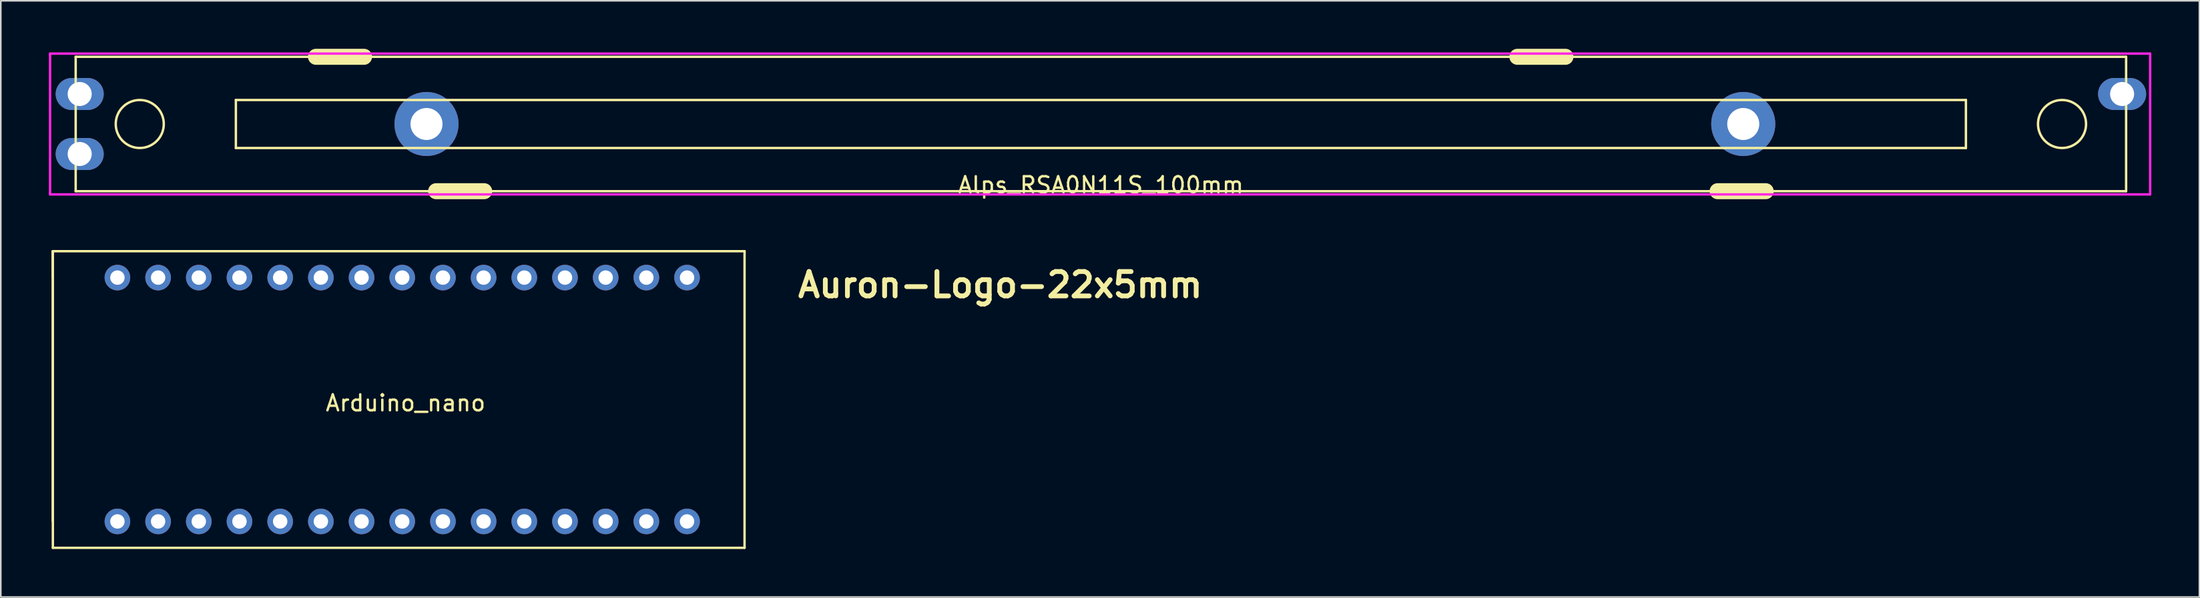
<source format=kicad_pcb>
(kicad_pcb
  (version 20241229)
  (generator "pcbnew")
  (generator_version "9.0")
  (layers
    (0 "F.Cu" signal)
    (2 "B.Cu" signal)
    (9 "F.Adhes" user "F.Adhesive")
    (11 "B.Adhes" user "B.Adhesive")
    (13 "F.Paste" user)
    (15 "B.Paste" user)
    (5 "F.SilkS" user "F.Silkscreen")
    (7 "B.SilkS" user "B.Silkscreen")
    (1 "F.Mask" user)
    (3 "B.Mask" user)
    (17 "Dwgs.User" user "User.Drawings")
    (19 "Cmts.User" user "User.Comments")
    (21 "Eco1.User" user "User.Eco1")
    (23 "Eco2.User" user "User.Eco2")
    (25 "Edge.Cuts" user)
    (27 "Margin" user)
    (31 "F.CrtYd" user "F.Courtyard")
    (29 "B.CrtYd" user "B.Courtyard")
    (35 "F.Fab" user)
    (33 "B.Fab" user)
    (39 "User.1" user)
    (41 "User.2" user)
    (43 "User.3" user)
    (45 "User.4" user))
  (footprint "Auron-Logo-22x5mm"
    (layer "F.Cu")
    (at 59.394 14.755)
    (property "Reference" "Auron-Logo-22x5mm" (at 0 0 0) (layer "F.SilkS") (effects (font (size 1.524 1.524) (thickness 0.3))))
    (attr through_hole)
    (fp_poly (pts (xy 11.282 2.349) (xy -11.261 2.349) (xy -11.261 -2.223) (xy -11.134 -2.223) (xy -11.134 2.223) (xy 11.155 2.223) (xy 11.155 -2.223) (xy -11.134 -2.223) (xy -11.261 -2.223) (xy -11.261 -2.349) (xy 11.282 -2.349) (xy 11.282 2.349)) (stroke (width 0.01) (type solid)) (fill no) (layer "Eco2.User"))
    (fp_poly (pts (xy 9.711 -0.101) (xy 9.71 0.183) (xy 9.708 0.428) (xy 9.707 0.637) (xy 9.706 0.812) (xy 9.704 0.957) (xy 9.702 1.076) (xy 9.699 1.17) (xy 9.696 1.244) (xy 9.692 1.301) (xy 9.687 1.342) (xy 9.682 1.372) (xy 9.676 1.394) (xy 9.669 1.41) (xy 9.668 1.413) (xy 9.604 1.489) (xy 9.519 1.533) (xy 9.421 1.542) (xy 9.318 1.514) (xy 9.297 1.503) (xy 9.269 1.482) (xy 9.213 1.433) (xy 9.133 1.359) (xy 9.03 1.264) (xy 8.908 1.148) (xy 8.769 1.015) (xy 8.615 0.867) (xy 8.449 0.707) (xy 8.274 0.536) (xy 8.128 0.394) (xy 7.038 -0.673) (xy 7.027 1.545) (xy 6.519 1.545) (xy 6.519 0.116) (xy 6.519 -0.176) (xy 6.519 -0.428) (xy 6.52 -0.645) (xy 6.521 -0.827) (xy 6.523 -0.98) (xy 6.527 -1.105) (xy 6.531 -1.206) (xy 6.537 -1.286) (xy 6.546 -1.347) (xy 6.556 -1.393) (xy 6.568 -1.427) (xy 6.583 -1.452) (xy 6.601 -1.47) (xy 6.623 -1.485) (xy 6.647 -1.5) (xy 6.65 -1.502) (xy 6.747 -1.539) (xy 6.847 -1.538) (xy 6.932 -1.505) (xy 6.957 -1.484) (xy 7.01 -1.435) (xy 7.088 -1.362) (xy 7.188 -1.266) (xy 7.308 -1.15) (xy 7.445 -1.017) (xy 7.598 -0.869) (xy 7.762 -0.708) (xy 7.936 -0.537) (xy 8.086 -0.39) (xy 9.176 0.685) (xy 9.181 -0.43) (xy 9.187 -1.545) (xy 9.717 -1.545) (xy 9.711 -0.101)) (stroke (width 0.01) (type solid)) (fill no) (layer "Eco2.User"))
    (fp_poly (pts (xy -7.574 -1.587) (xy -7.515 -1.581) (xy -7.464 -1.555) (xy -7.41 -1.508) (xy -7.382 -1.474) (xy -7.335 -1.404) (xy -7.267 -1.301) (xy -7.181 -1.164) (xy -7.077 -0.996) (xy -6.955 -0.798) (xy -6.816 -0.57) (xy -6.662 -0.315) (xy -6.493 -0.033) (xy -6.438 0.058) (xy -5.548 1.545) (xy -6.198 1.545) (xy -6.427 1.154) (xy -6.657 0.763) (xy -7.384 0.762) (xy -7.554 0.762) (xy -7.71 0.76) (xy -7.846 0.758) (xy -7.958 0.755) (xy -8.041 0.752) (xy -8.091 0.748) (xy -8.103 0.745) (xy -8.091 0.721) (xy -8.061 0.668) (xy -8.02 0.595) (xy -7.98 0.523) (xy -7.864 0.318) (xy -6.926 0.307) (xy -7.257 -0.248) (xy -7.34 -0.386) (xy -7.416 -0.512) (xy -7.482 -0.62) (xy -7.536 -0.708) (xy -7.576 -0.769) (xy -7.597 -0.801) (xy -7.6 -0.804) (xy -7.613 -0.786) (xy -7.645 -0.735) (xy -7.695 -0.654) (xy -7.761 -0.545) (xy -7.841 -0.412) (xy -7.934 -0.257) (xy -8.037 -0.084) (xy -8.148 0.103) (xy -8.267 0.303) (xy -8.306 0.37) (xy -9 1.545) (xy -9.611 1.545) (xy -9.579 1.487) (xy -9.564 1.46) (xy -9.528 1.4) (xy -9.474 1.309) (xy -9.403 1.19) (xy -9.318 1.046) (xy -9.219 0.881) (xy -9.108 0.696) (xy -8.988 0.495) (xy -8.859 0.28) (xy -8.724 0.055) (xy -8.672 -0.032) (xy -8.508 -0.305) (xy -8.365 -0.544) (xy -8.24 -0.752) (xy -8.132 -0.93) (xy -8.039 -1.08) (xy -7.96 -1.206) (xy -7.893 -1.309) (xy -7.837 -1.392) (xy -7.79 -1.456) (xy -7.75 -1.505) (xy -7.716 -1.539) (xy -7.686 -1.563) (xy -7.659 -1.577) (xy -7.633 -1.584) (xy -7.606 -1.587) (xy -7.577 -1.588) (xy -7.574 -1.587)) (stroke (width 0.01) (type solid)) (fill no) (layer "Eco2.User"))
    (fp_poly (pts (xy -4.699 -0.577) (xy -4.698 -0.321) (xy -4.697 -0.105) (xy -4.695 0.078) (xy -4.69 0.229) (xy -4.684 0.353) (xy -4.674 0.454) (xy -4.66 0.535) (xy -4.642 0.601) (xy -4.619 0.655) (xy -4.592 0.702) (xy -4.558 0.744) (xy -4.517 0.785) (xy -4.494 0.807) (xy -4.402 0.882) (xy -4.295 0.94) (xy -4.17 0.984) (xy -4.02 1.013) (xy -3.84 1.031) (xy -3.626 1.037) (xy -3.591 1.037) (xy -3.346 1.03) (xy -3.138 1.008) (xy -2.965 0.97) (xy -2.822 0.914) (xy -2.706 0.838) (xy -2.614 0.742) (xy -2.544 0.623) (xy -2.505 0.522) (xy -2.496 0.491) (xy -2.489 0.453) (xy -2.483 0.405) (xy -2.478 0.341) (xy -2.474 0.258) (xy -2.47 0.153) (xy -2.467 0.021) (xy -2.465 -0.142) (xy -2.462 -0.34) (xy -2.46 -0.566) (xy -2.452 -1.545) (xy -1.945 -1.545) (xy -1.959 0.582) (xy -2.016 0.751) (xy -2.098 0.948) (xy -2.204 1.112) (xy -2.336 1.248) (xy -2.5 1.361) (xy -2.572 1.399) (xy -2.707 1.458) (xy -2.85 1.504) (xy -3.007 1.537) (xy -3.187 1.56) (xy -3.397 1.573) (xy -3.514 1.577) (xy -3.648 1.578) (xy -3.779 1.578) (xy -3.897 1.575) (xy -3.99 1.57) (xy -4.032 1.566) (xy -4.297 1.518) (xy -4.527 1.445) (xy -4.724 1.347) (xy -4.888 1.225) (xy -5.021 1.076) (xy -5.111 0.927) (xy -5.142 0.862) (xy -5.168 0.803) (xy -5.19 0.743) (xy -5.208 0.681) (xy -5.222 0.61) (xy -5.234 0.528) (xy -5.243 0.429) (xy -5.249 0.31) (xy -5.254 0.167) (xy -5.258 -0.005) (xy -5.261 -0.209) (xy -5.264 -0.451) (xy -5.265 -0.534) (xy -5.274 -1.545) (xy -4.699 -1.545) (xy -4.699 -0.577)) (stroke (width 0.01) (type solid)) (fill no) (layer "Eco2.User"))
    (fp_poly (pts (xy -0.28 -1.545) (xy -0.008 -1.545) (xy 0.226 -1.544) (xy 0.425 -1.543) (xy 0.593 -1.54) (xy 0.733 -1.537) (xy 0.849 -1.531) (xy 0.944 -1.524) (xy 1.023 -1.515) (xy 1.089 -1.503) (xy 1.146 -1.489) (xy 1.197 -1.471) (xy 1.247 -1.45) (xy 1.298 -1.426) (xy 1.313 -1.418) (xy 1.48 -1.311) (xy 1.618 -1.172) (xy 1.728 -1.002) (xy 1.81 -0.802) (xy 1.812 -0.793) (xy 1.836 -0.682) (xy 1.849 -0.544) (xy 1.852 -0.394) (xy 1.845 -0.247) (xy 1.828 -0.117) (xy 1.812 -0.053) (xy 1.735 0.138) (xy 1.625 0.306) (xy 1.487 0.446) (xy 1.341 0.544) (xy 1.233 0.604) (xy 1.691 1.075) (xy 2.148 1.546) (xy 1.767 1.545) (xy 1.386 1.545) (xy 0.999 1.111) (xy 0.611 0.677) (xy -0.55 0.677) (xy -0.55 0.212) (xy 0.155 0.212) (xy 0.367 0.211) (xy 0.54 0.21) (xy 0.681 0.207) (xy 0.794 0.202) (xy 0.882 0.194) (xy 0.952 0.182) (xy 1.008 0.167) (xy 1.054 0.148) (xy 1.095 0.123) (xy 1.132 0.097) (xy 1.18 0.048) (xy 1.231 -0.023) (xy 1.263 -0.079) (xy 1.292 -0.143) (xy 1.309 -0.201) (xy 1.319 -0.266) (xy 1.322 -0.353) (xy 1.322 -0.402) (xy 1.321 -0.503) (xy 1.315 -0.576) (xy 1.302 -0.634) (xy 1.279 -0.692) (xy 1.265 -0.721) (xy 1.223 -0.793) (xy 1.174 -0.856) (xy 1.143 -0.886) (xy 1.108 -0.911) (xy 1.073 -0.932) (xy 1.036 -0.949) (xy 0.991 -0.963) (xy 0.936 -0.973) (xy 0.865 -0.981) (xy 0.774 -0.987) (xy 0.66 -0.991) (xy 0.518 -0.993) (xy 0.345 -0.994) (xy 0.136 -0.995) (xy -0.013 -0.995) (xy -0.931 -0.995) (xy -0.931 1.545) (xy -1.46 1.545) (xy -1.46 -1.545) (xy -0.28 -1.545)) (stroke (width 0.01) (type solid)) (fill no) (layer "Eco2.User"))
    (fp_poly (pts (xy 4.429 -1.534) (xy 4.578 -1.534) (xy 4.695 -1.532) (xy 4.786 -1.53) (xy 4.857 -1.526) (xy 4.914 -1.52) (xy 4.961 -1.512) (xy 5.004 -1.501) (xy 5.05 -1.488) (xy 5.059 -1.485) (xy 5.254 -1.413) (xy 5.421 -1.326) (xy 5.572 -1.216) (xy 5.684 -1.112) (xy 5.831 -0.944) (xy 5.943 -0.767) (xy 6.025 -0.573) (xy 6.078 -0.354) (xy 6.097 -0.223) (xy 6.106 -0.029) (xy 6.094 0.175) (xy 6.062 0.372) (xy 6.029 0.493) (xy 5.929 0.736) (xy 5.799 0.949) (xy 5.639 1.133) (xy 5.449 1.287) (xy 5.229 1.41) (xy 5.069 1.474) (xy 5.02 1.491) (xy 4.975 1.504) (xy 4.931 1.515) (xy 4.881 1.522) (xy 4.818 1.528) (xy 4.739 1.532) (xy 4.635 1.534) (xy 4.503 1.536) (xy 4.335 1.538) (xy 4.286 1.538) (xy 4.085 1.539) (xy 3.921 1.539) (xy 3.791 1.537) (xy 3.689 1.532) (xy 3.612 1.526) (xy 3.555 1.517) (xy 3.545 1.515) (xy 3.3 1.439) (xy 3.079 1.329) (xy 2.883 1.185) (xy 2.715 1.01) (xy 2.575 0.805) (xy 2.465 0.571) (xy 2.438 0.493) (xy 2.393 0.313) (xy 2.367 0.112) (xy 2.363 -0.000001) (xy 2.9 -0.000001) (xy 2.918 0.212) (xy 2.973 0.406) (xy 3.06 0.579) (xy 3.179 0.728) (xy 3.327 0.85) (xy 3.501 0.941) (xy 3.544 0.956) (xy 3.582 0.968) (xy 3.627 0.977) (xy 3.684 0.983) (xy 3.758 0.988) (xy 3.856 0.991) (xy 3.983 0.993) (xy 4.144 0.994) (xy 4.215 0.994) (xy 4.389 0.994) (xy 4.526 0.993) (xy 4.633 0.991) (xy 4.715 0.987) (xy 4.78 0.982) (xy 4.832 0.974) (xy 4.878 0.964) (xy 4.917 0.952) (xy 5.085 0.879) (xy 5.237 0.77) (xy 5.366 0.63) (xy 5.469 0.465) (xy 5.506 0.381) (xy 5.536 0.272) (xy 5.556 0.138) (xy 5.564 -0.005) (xy 5.56 -0.143) (xy 5.547 -0.238) (xy 5.486 -0.431) (xy 5.39 -0.604) (xy 5.262 -0.752) (xy 5.104 -0.871) (xy 5.016 -0.919) (xy 4.879 -0.984) (xy 3.588 -0.984) (xy 3.445 -0.917) (xy 3.276 -0.814) (xy 3.136 -0.682) (xy 3.026 -0.524) (xy 2.95 -0.343) (xy 2.908 -0.141) (xy 2.9 -0.000001) (xy 2.363 -0.000001) (xy 2.361 -0.091) (xy 2.37 -0.223) (xy 2.41 -0.458) (xy 2.476 -0.665) (xy 2.572 -0.852) (xy 2.7 -1.025) (xy 2.783 -1.114) (xy 2.871 -1.2) (xy 2.948 -1.263) (xy 3.026 -1.315) (xy 3.121 -1.366) (xy 3.154 -1.382) (xy 3.239 -1.422) (xy 3.314 -1.454) (xy 3.385 -1.48) (xy 3.456 -1.499) (xy 3.535 -1.513) (xy 3.627 -1.523) (xy 3.737 -1.529) (xy 3.872 -1.533) (xy 4.037 -1.534) (xy 4.239 -1.535) (xy 4.244 -1.535) (xy 4.429 -1.534)) (stroke (width 0.01) (type solid)) (fill no) (layer "Eco2.User")))
  (footprint "Arduino_nano"
    (layer "F.Cu")
    (at 0.25 12.65)
    (property "Reference" "Arduino_nano" (at 22.02 9.49 0) (layer "F.SilkS") (effects (font (size 1 1) (thickness 0.15))))
    (attr through_hole)
    (fp_line (start 0 0) (end 0 1.65) (stroke (width 0.15) (type solid)) (layer "F.SilkS"))
    (fp_line (start 0 0) (end 0 16.89) (stroke (width 0.15) (type solid)) (layer "F.SilkS"))
    (fp_line (start 0 0) (end 0 18.54) (stroke (width 0.15) (type solid)) (layer "F.SilkS"))
    (fp_line (start 0 0) (end 43.18 0) (stroke (width 0.15) (type solid)) (layer "F.SilkS"))
    (fp_line (start 0 18.54) (end 43.18 18.54) (stroke (width 0.15) (type solid)) (layer "F.SilkS"))
    (fp_line (start 43.18 0) (end 43.18 18.54) (stroke (width 0.15) (type solid)) (layer "F.SilkS"))
    (pad "1" thru_hole circle (at 4.03 16.89) (size 1.6 1.6) (drill 0.9) (layers "*.Cu" "*.Mask"))
    (pad "2" thru_hole circle (at 6.57 16.89) (size 1.6 1.6) (drill 0.9) (layers "*.Cu" "*.Mask"))
    (pad "3" thru_hole circle (at 9.11 16.89) (size 1.6 1.6) (drill 0.9) (layers "*.Cu" "*.Mask"))
    (pad "4" thru_hole circle (at 11.65 16.89) (size 1.6 1.6) (drill 0.9) (layers "*.Cu" "*.Mask"))
    (pad "5" thru_hole circle (at 14.19 16.89) (size 1.6 1.6) (drill 0.9) (layers "*.Cu" "*.Mask"))
    (pad "6" thru_hole circle (at 16.73 16.89) (size 1.6 1.6) (drill 0.9) (layers "*.Cu" "*.Mask"))
    (pad "7" thru_hole circle (at 19.27 16.89) (size 1.6 1.6) (drill 0.9) (layers "*.Cu" "*.Mask"))
    (pad "8" thru_hole circle (at 21.81 16.89) (size 1.6 1.6) (drill 0.9) (layers "*.Cu" "*.Mask"))
    (pad "9" thru_hole circle (at 24.35 16.89) (size 1.6 1.6) (drill 0.9) (layers "*.Cu" "*.Mask"))
    (pad "10" thru_hole circle (at 26.89 16.89) (size 1.6 1.6) (drill 0.9) (layers "*.Cu" "*.Mask"))
    (pad "11" thru_hole circle (at 29.43 16.89) (size 1.6 1.6) (drill 0.9) (layers "*.Cu" "*.Mask"))
    (pad "12" thru_hole circle (at 31.97 16.89) (size 1.6 1.6) (drill 0.9) (layers "*.Cu" "*.Mask"))
    (pad "13" thru_hole circle (at 34.51 16.89) (size 1.6 1.6) (drill 0.9) (layers "*.Cu" "*.Mask"))
    (pad "14" thru_hole circle (at 37.05 16.89) (size 1.6 1.6) (drill 0.9) (layers "*.Cu" "*.Mask"))
    (pad "15" thru_hole circle (at 39.59 16.89) (size 1.6 1.6) (drill 0.9) (layers "*.Cu" "*.Mask"))
    (pad "16" thru_hole circle (at 39.59 1.65) (size 1.6 1.6) (drill 0.9) (layers "*.Cu" "*.Mask"))
    (pad "17" thru_hole circle (at 37.05 1.65) (size 1.6 1.6) (drill 0.9) (layers "*.Cu" "*.Mask"))
    (pad "18" thru_hole circle (at 34.51 1.65) (size 1.6 1.6) (drill 0.9) (layers "*.Cu" "*.Mask"))
    (pad "19" thru_hole circle (at 31.97 1.65) (size 1.6 1.6) (drill 0.9) (layers "*.Cu" "*.Mask"))
    (pad "20" thru_hole circle (at 29.43 1.65) (size 1.6 1.6) (drill 0.9) (layers "*.Cu" "*.Mask"))
    (pad "21" thru_hole circle (at 26.89 1.65) (size 1.6 1.6) (drill 0.9) (layers "*.Cu" "*.Mask"))
    (pad "22" thru_hole circle (at 24.35 1.65) (size 1.6 1.6) (drill 0.9) (layers "*.Cu" "*.Mask"))
    (pad "23" thru_hole circle (at 21.81 1.65) (size 1.6 1.6) (drill 0.9) (layers "*.Cu" "*.Mask"))
    (pad "24" thru_hole circle (at 19.27 1.65) (size 1.6 1.6) (drill 0.9) (layers "*.Cu" "*.Mask"))
    (pad "25" thru_hole circle (at 16.73 1.65) (size 1.6 1.6) (drill 0.9) (layers "*.Cu" "*.Mask"))
    (pad "26" thru_hole circle (at 14.19 1.65) (size 1.6 1.6) (drill 0.9) (layers "*.Cu" "*.Mask"))
    (pad "27" thru_hole circle (at 11.65 1.65) (size 1.6 1.6) (drill 0.9) (layers "*.Cu" "*.Mask"))
    (pad "28" thru_hole circle (at 9.11 1.65) (size 1.6 1.6) (drill 0.9) (layers "*.Cu" "*.Mask"))
    (pad "29" thru_hole circle (at 6.57 1.65) (size 1.6 1.6) (drill 0.9) (layers "*.Cu" "*.Mask"))
    (pad "30" thru_hole circle (at 4.03 1.65) (size 1.6 1.6) (drill 0.9) (layers "*.Cu" "*.Mask")))
  (footprint "Alps_RSA0N11S_100mm"
    (layer "F.Cu")
    (at 65.675 4.7)
    (property "Reference" "Alps_RSA0N11S_100mm" (at 0 3.81 0) (layer "F.SilkS") (effects (font (size 1 1) (thickness 0.15))))
    (attr through_hole)
    (fp_line (start -64 -4.2) (end 64 -4.2) (stroke (width 0.15) (type solid)) (layer "F.SilkS"))
    (fp_line (start -64 4.2) (end -64 -4.2) (stroke (width 0.15) (type solid)) (layer "F.SilkS"))
    (fp_line (start -54 -1.5) (end 54 -1.5) (stroke (width 0.15) (type solid)) (layer "F.SilkS"))
    (fp_line (start -54 1.5) (end -54 -1.5) (stroke (width 0.15) (type solid)) (layer "F.SilkS"))
    (fp_line (start -46 -4.2) (end -49 -4.2) (stroke (width 1) (type solid)) (layer "F.SilkS"))
    (fp_line (start -38.5 4.2) (end -41.5 4.2) (stroke (width 1) (type solid)) (layer "F.SilkS"))
    (fp_line (start 29 -4.2) (end 26 -4.2) (stroke (width 1) (type solid)) (layer "F.SilkS"))
    (fp_line (start 41.5 4.2) (end 38.5 4.2) (stroke (width 1) (type solid)) (layer "F.SilkS"))
    (fp_line (start 54 -1.5) (end 54 1.5) (stroke (width 0.15) (type solid)) (layer "F.SilkS"))
    (fp_line (start 54 1.5) (end -54 1.5) (stroke (width 0.15) (type solid)) (layer "F.SilkS"))
    (fp_line (start 64 -4.2) (end 64 4.2) (stroke (width 0.15) (type solid)) (layer "F.SilkS"))
    (fp_line (start 64 4.2) (end -64 4.2) (stroke (width 0.15) (type solid)) (layer "F.SilkS"))
    (fp_circle (center -60 0) (end -60 1.5) (stroke (width 0.15) (type solid)) (fill no) (layer "F.SilkS"))
    (fp_circle (center 60 0) (end 60 1.5) (stroke (width 0.15) (type solid)) (fill no) (layer "F.SilkS"))
    (fp_line (start -65.6 -4.4) (end -65.6 -4.3) (stroke (width 0.15) (type solid)) (layer "F.CrtYd"))
    (fp_line (start -65.6 -4.3) (end -65.6 4.3) (stroke (width 0.15) (type solid)) (layer "F.CrtYd"))
    (fp_line (start -65.6 4.3) (end -65.6 4.4) (stroke (width 0.15) (type solid)) (layer "F.CrtYd"))
    (fp_line (start -65.6 4.4) (end 65.5 4.4) (stroke (width 0.15) (type solid)) (layer "F.CrtYd"))
    (fp_line (start 65.5 -4.4) (end -65.6 -4.4) (stroke (width 0.15) (type solid)) (layer "F.CrtYd"))
    (fp_line (start 65.5 4.4) (end 65.5 -4.4) (stroke (width 0.15) (type solid)) (layer "F.CrtYd"))
    (pad "1" thru_hole oval (at -63.75 -1.875) (size 3 2) (drill 1.5) (layers "*.Cu" "*.Mask"))
    (pad "2" thru_hole oval (at -63.75 1.875) (size 3 2) (drill 1.5) (layers "*.Cu" "*.Mask"))
    (pad "3" thru_hole oval (at 63.75 -1.875) (size 3 2) (drill 1.5) (layers "*.Cu" "*.Mask"))
    (pad "4" thru_hole circle (at -42.1 0) (size 4 4) (drill 2) (layers "*.Cu" "*.Mask"))
    (pad "5" thru_hole circle (at 40.1 0) (size 4 4) (drill 2) (layers "*.Cu" "*.Mask")))
  (gr_rect
    (start -3 -3)
    (end 134.25 34.265)
    (stroke (width 0.1) (type default))
    (fill no)
    (layer "Edge.Cuts")))
</source>
